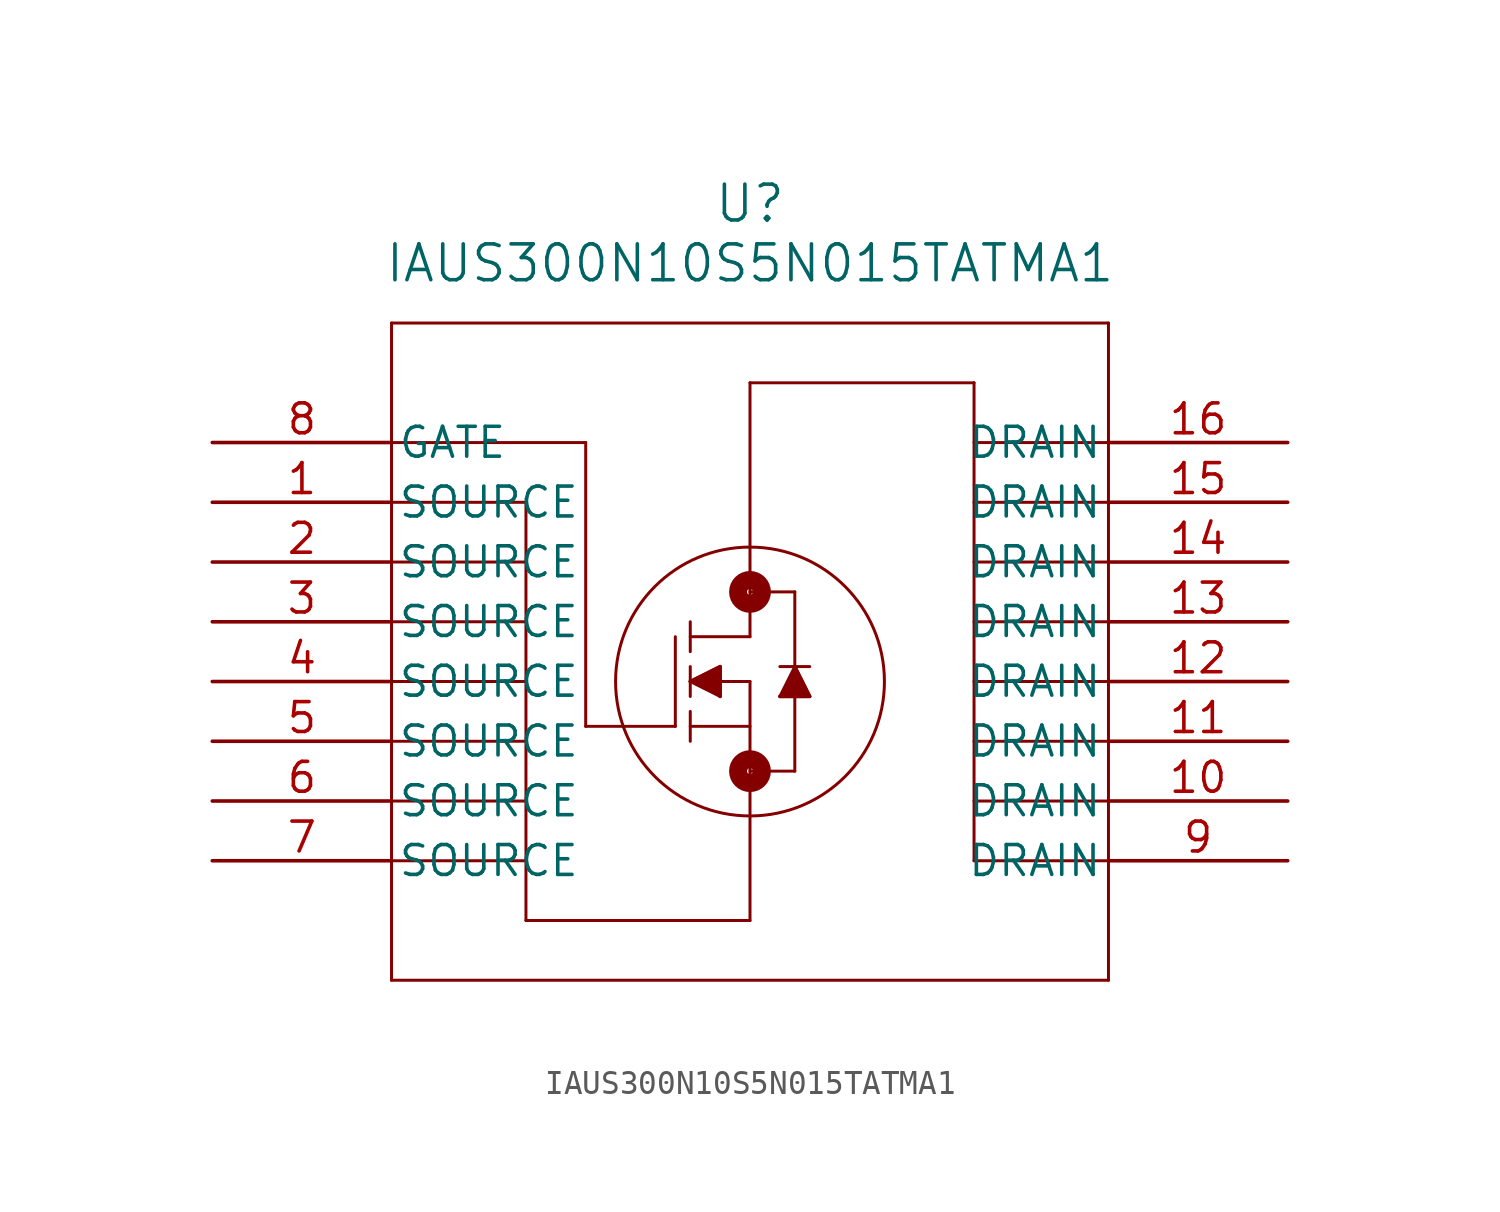
<source format=kicad_sym>
(kicad_symbol_lib
  (version 20211014)
  (generator kicad_symbol_editor)
  (symbol "IAUS300N10S5N015TATMA1"
    (pin_names
      (offset 0.254))
    (property "Reference" "U"
      (at 22.86 12.7 0)
      (effects (font (size 1.524 1.524))))
    (property "Value" "IAUS300N10S5N015TATMA1"
      (at 22.86 10.16 0)
      (effects (font (size 1.524 1.524))))
    (symbol "IAUS300N10S5N015TATMA1_0_1"
      (polyline (pts (xy 32.385 -15.24) (xy 32.385 5.08)) (stroke (width 0.127) (type default) (color 0 0 0 0)) (fill (type none)))
      (polyline (pts (xy 7.62 7.62) (xy 7.62 -20.32)) (stroke (width 0.127) (type default) (color 0 0 0 0)) (fill (type none)))
      (polyline (pts (xy 7.62 -20.32) (xy 38.1 -20.32)) (stroke (width 0.127) (type default) (color 0 0 0 0)) (fill (type none)))
      (polyline (pts (xy 38.1 -20.32) (xy 38.1 7.62)) (stroke (width 0.127) (type default) (color 0 0 0 0)) (fill (type none)))
      (polyline (pts (xy 38.1 7.62) (xy 7.62 7.62)) (stroke (width 0.127) (type default) (color 0 0 0 0)) (fill (type none)))
      (polyline (pts (xy 22.86 -7.62) (xy 20.32 -7.62)) (stroke (width 0.127) (type default) (color 0 0 0 0)) (fill (type none)))
      (polyline (pts (xy 20.32 -6.985) (xy 20.32 -8.255)) (stroke (width 0.127) (type default) (color 0 0 0 0)) (fill (type none)))
      (polyline (pts (xy 20.32 -6.35) (xy 20.32 -5.08)) (stroke (width 0.127) (type default) (color 0 0 0 0)) (fill (type none)))
      (polyline (pts (xy 20.32 -8.89) (xy 20.32 -10.16)) (stroke (width 0.127) (type default) (color 0 0 0 0)) (fill (type none)))
      (polyline (pts (xy 20.32 -9.525) (xy 22.86 -9.525)) (stroke (width 0.127) (type default) (color 0 0 0 0)) (fill (type none)))
      (polyline (pts (xy 20.32 -5.715) (xy 22.86 -5.715)) (stroke (width 0.127) (type default) (color 0 0 0 0)) (fill (type none)))
      (polyline (pts (xy 22.86 -5.715) (xy 22.86 5.08)) (stroke (width 0.127) (type default) (color 0 0 0 0)) (fill (type none)))
      (polyline (pts (xy 22.86 -7.62) (xy 22.86 -17.78)) (stroke (width 0.127) (type default) (color 0 0 0 0)) (fill (type none)))
      (polyline (pts (xy 22.86 -3.81) (xy 24.765 -3.81)) (stroke (width 0.127) (type default) (color 0 0 0 0)) (fill (type none)))
      (polyline (pts (xy 22.86 -11.43) (xy 24.765 -11.43)) (stroke (width 0.127) (type default) (color 0 0 0 0)) (fill (type none)))
      (polyline (pts (xy 24.765 -11.43) (xy 24.765 -3.81)) (stroke (width 0.127) (type default) (color 0 0 0 0)) (fill (type none)))
      (polyline (pts (xy 24.13 -6.985) (xy 25.4 -6.985)) (stroke (width 0.127) (type default) (color 0 0 0 0)) (fill (type none)))
      (polyline (pts (xy 24.765 -6.985) (xy 24.13 -8.255)) (stroke (width 0.127) (type default) (color 0 0 0 0)) (fill (type none)))
      (polyline (pts (xy 24.13 -8.255) (xy 25.4 -8.255)) (stroke (width 0.127) (type default) (color 0 0 0 0)) (fill (type none)))
      (polyline (pts (xy 24.765 -6.985) (xy 25.4 -8.255)) (stroke (width 0.127) (type default) (color 0 0 0 0)) (fill (type none)))
      (polyline (pts (xy 20.32 -7.62) (xy 21.59 -6.985)) (stroke (width 0.127) (type default) (color 0 0 0 0)) (fill (type none)))
      (polyline (pts (xy 20.32 -7.62) (xy 21.59 -8.255)) (stroke (width 0.127) (type default) (color 0 0 0 0)) (fill (type none)))
      (polyline (pts (xy 21.59 -6.985) (xy 21.59 -8.255)) (stroke (width 0.127) (type default) (color 0 0 0 0)) (fill (type none)))
      (polyline (pts (xy 20.32 -7.62) (xy 21.59 -6.985) (xy 21.59 -8.255)) (stroke (width 0) (type default) (color 0 0 0 0)) (fill (type outline)))
      (polyline (pts (xy 24.13 -8.255) (xy 25.4 -8.255) (xy 24.765 -6.985)) (stroke (width 0) (type default) (color 0 0 0 0)) (fill (type outline)))
      (circle (center 22.86 -3.81) (radius 0.127) (stroke (width 0.762) (type default) (color 0 0 0 0)) (fill (type none)))
      (circle (center 22.86 -11.43) (radius 0.127) (stroke (width 0.762) (type default) (color 0 0 0 0)) (fill (type none)))
      (polyline (pts (xy 19.685 -5.715) (xy 19.685 -9.525)) (stroke (width 0.127) (type default) (color 0 0 0 0)) (fill (type none)))
      (polyline (pts (xy 19.685 -9.525) (xy 15.875 -9.525)) (stroke (width 0.127) (type default) (color 0 0 0 0)) (fill (type none)))
      (circle (center 22.86 -7.62) (radius 5.715) (stroke (width 0.127) (type default) (color 0 0 0 0)) (fill (type none)))
      (polyline (pts (xy 32.385 5.08) (xy 22.86 5.08)) (stroke (width 0.127) (type default) (color 0 0 0 0)) (fill (type none)))
      (polyline (pts (xy 38.1 2.54) (xy 32.385 2.54)) (stroke (width 0.127) (type default) (color 0 0 0 0)) (fill (type none)))
      (polyline (pts (xy 38.1 0) (xy 32.385 0)) (stroke (width 0.127) (type default) (color 0 0 0 0)) (fill (type none)))
      (polyline (pts (xy 38.1 -2.54) (xy 32.385 -2.54)) (stroke (width 0.127) (type default) (color 0 0 0 0)) (fill (type none)))
      (polyline (pts (xy 38.1 -5.08) (xy 32.385 -5.08)) (stroke (width 0.127) (type default) (color 0 0 0 0)) (fill (type none)))
      (polyline (pts (xy 38.1 -7.62) (xy 32.385 -7.62)) (stroke (width 0.127) (type default) (color 0 0 0 0)) (fill (type none)))
      (polyline (pts (xy 38.1 -10.16) (xy 32.385 -10.16)) (stroke (width 0.127) (type default) (color 0 0 0 0)) (fill (type none)))
      (polyline (pts (xy 38.1 -12.7) (xy 32.385 -12.7)) (stroke (width 0.127) (type default) (color 0 0 0 0)) (fill (type none)))
      (polyline (pts (xy 38.1 -15.24) (xy 32.385 -15.24)) (stroke (width 0.127) (type default) (color 0 0 0 0)) (fill (type none)))
      (polyline (pts (xy 7.62 0) (xy 13.335 0)) (stroke (width 0.127) (type default) (color 0 0 0 0)) (fill (type none)))
      (polyline (pts (xy 13.335 0) (xy 13.335 -17.78)) (stroke (width 0.127) (type default) (color 0 0 0 0)) (fill (type none)))
      (polyline (pts (xy 13.335 -17.78) (xy 22.86 -17.78)) (stroke (width 0.127) (type default) (color 0 0 0 0)) (fill (type none)))
      (polyline (pts (xy 13.335 -15.24) (xy 7.62 -15.24)) (stroke (width 0.127) (type default) (color 0 0 0 0)) (fill (type none)))
      (polyline (pts (xy 7.62 -12.7) (xy 13.335 -12.7)) (stroke (width 0.127) (type default) (color 0 0 0 0)) (fill (type none)))
      (polyline (pts (xy 7.62 -10.16) (xy 13.335 -10.16)) (stroke (width 0.127) (type default) (color 0 0 0 0)) (fill (type none)))
      (polyline (pts (xy 7.62 -7.62) (xy 13.335 -7.62)) (stroke (width 0.127) (type default) (color 0 0 0 0)) (fill (type none)))
      (polyline (pts (xy 7.62 -5.08) (xy 13.335 -5.08)) (stroke (width 0.127) (type default) (color 0 0 0 0)) (fill (type none)))
      (polyline (pts (xy 7.62 -2.54) (xy 13.335 -2.54)) (stroke (width 0.127) (type default) (color 0 0 0 0)) (fill (type none)))
      (polyline (pts (xy 7.62 2.54) (xy 15.875 2.54)) (stroke (width 0.127) (type default) (color 0 0 0 0)) (fill (type none)))
      (polyline (pts (xy 15.875 -9.525) (xy 15.875 2.54)) (stroke (width 0.127) (type default) (color 0 0 0 0)) (fill (type none)))
      (pin unspecified line (at 0 0 0) (length 7.62) (name "SOURCE" (effects (font (size 1.27 1.27)))) (number "1" (effects (font (size 1.27 1.27)))))
      (pin unspecified line (at 0 -2.54 0) (length 7.62) (name "SOURCE" (effects (font (size 1.27 1.27)))) (number "2" (effects (font (size 1.27 1.27)))))
      (pin unspecified line (at 0 -5.08 0) (length 7.62) (name "SOURCE" (effects (font (size 1.27 1.27)))) (number "3" (effects (font (size 1.27 1.27)))))
      (pin unspecified line (at 0 -7.62 0) (length 7.62) (name "SOURCE" (effects (font (size 1.27 1.27)))) (number "4" (effects (font (size 1.27 1.27)))))
      (pin unspecified line (at 0 -10.16 0) (length 7.62) (name "SOURCE" (effects (font (size 1.27 1.27)))) (number "5" (effects (font (size 1.27 1.27)))))
      (pin unspecified line (at 0 -12.7 0) (length 7.62) (name "SOURCE" (effects (font (size 1.27 1.27)))) (number "6" (effects (font (size 1.27 1.27)))))
      (pin unspecified line (at 0 -15.24 0) (length 7.62) (name "SOURCE" (effects (font (size 1.27 1.27)))) (number "7" (effects (font (size 1.27 1.27)))))
      (pin unspecified line (at 0 2.54 0) (length 7.62) (name "GATE" (effects (font (size 1.27 1.27)))) (number "8" (effects (font (size 1.27 1.27)))))
      (pin unspecified line (at 45.72 -15.24 180) (length 7.62) (name "DRAIN" (effects (font (size 1.27 1.27)))) (number "9" (effects (font (size 1.27 1.27)))))
      (pin unspecified line (at 45.72 -12.7 180) (length 7.62) (name "DRAIN" (effects (font (size 1.27 1.27)))) (number "10" (effects (font (size 1.27 1.27)))))
      (pin unspecified line (at 45.72 -10.16 180) (length 7.62) (name "DRAIN" (effects (font (size 1.27 1.27)))) (number "11" (effects (font (size 1.27 1.27)))))
      (pin unspecified line (at 45.72 -7.62 180) (length 7.62) (name "DRAIN" (effects (font (size 1.27 1.27)))) (number "12" (effects (font (size 1.27 1.27)))))
      (pin unspecified line (at 45.72 -5.08 180) (length 7.62) (name "DRAIN" (effects (font (size 1.27 1.27)))) (number "13" (effects (font (size 1.27 1.27)))))
      (pin unspecified line (at 45.72 -2.54 180) (length 7.62) (name "DRAIN" (effects (font (size 1.27 1.27)))) (number "14" (effects (font (size 1.27 1.27)))))
      (pin unspecified line (at 45.72 0 180) (length 7.62) (name "DRAIN" (effects (font (size 1.27 1.27)))) (number "15" (effects (font (size 1.27 1.27)))))
      (pin unspecified line (at 45.72 2.54 180) (length 7.62) (name "DRAIN" (effects (font (size 1.27 1.27)))) (number "16" (effects (font (size 1.27 1.27))))))))
</source>
